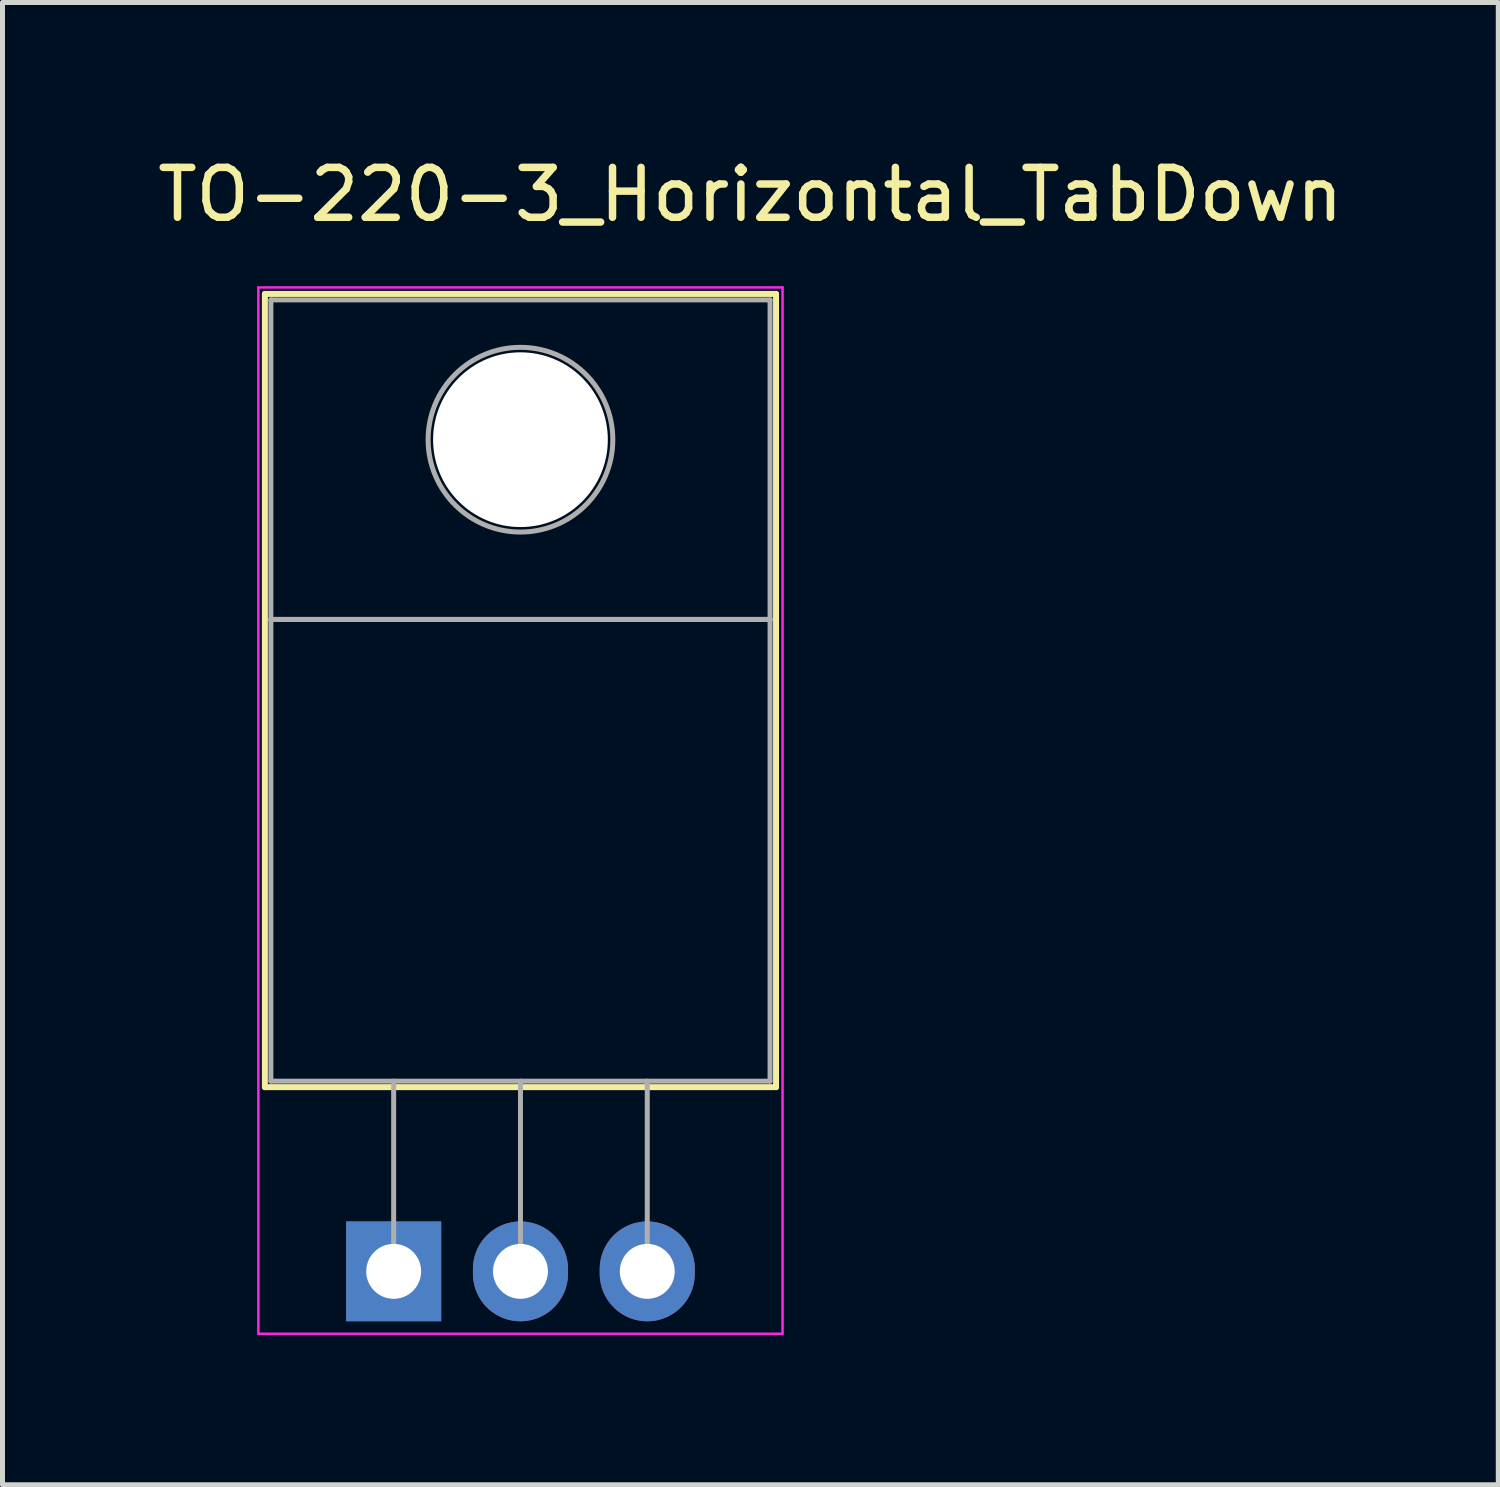
<source format=kicad_pcb>
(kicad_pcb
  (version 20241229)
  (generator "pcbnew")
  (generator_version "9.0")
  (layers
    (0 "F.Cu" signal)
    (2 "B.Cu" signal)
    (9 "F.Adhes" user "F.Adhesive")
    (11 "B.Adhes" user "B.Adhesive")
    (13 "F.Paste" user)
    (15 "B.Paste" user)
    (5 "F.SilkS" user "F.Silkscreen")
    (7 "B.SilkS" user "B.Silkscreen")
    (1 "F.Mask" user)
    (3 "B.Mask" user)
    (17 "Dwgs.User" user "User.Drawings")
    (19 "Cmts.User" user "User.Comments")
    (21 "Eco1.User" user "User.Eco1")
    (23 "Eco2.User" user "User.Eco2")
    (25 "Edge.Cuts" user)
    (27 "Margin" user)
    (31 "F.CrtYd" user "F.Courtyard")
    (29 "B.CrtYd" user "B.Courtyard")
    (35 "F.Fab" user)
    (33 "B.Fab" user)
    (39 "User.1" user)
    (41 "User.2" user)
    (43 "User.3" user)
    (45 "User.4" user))
  (footprint "TO-220-3_Horizontal_TabDown"
    (layer "F.Cu")
    (at 4.836 22.418)
    (property "Reference" "TO-220-3_Horizontal_TabDown" (at 7.146 -21.57 0) (layer "F.SilkS") (effects (font (size 1 1) (thickness 0.15))))
    (attr through_hole)
    (fp_line (start -2.58 -19.58) (end -2.58 -3.69) (stroke (width 0.12) (type solid)) (layer "F.SilkS"))
    (fp_line (start -2.58 -19.58) (end 7.66 -19.58) (stroke (width 0.12) (type solid)) (layer "F.SilkS"))
    (fp_line (start -2.58 -3.69) (end 7.66 -3.69) (stroke (width 0.12) (type solid)) (layer "F.SilkS"))
    (fp_line (start 7.66 -19.58) (end 7.66 -3.69) (stroke (width 0.12) (type solid)) (layer "F.SilkS"))
    (fp_line (start -2.71 -19.71) (end -2.71 1.25) (stroke (width 0.05) (type solid)) (layer "F.CrtYd"))
    (fp_line (start -2.71 1.25) (end 7.79 1.25) (stroke (width 0.05) (type solid)) (layer "F.CrtYd"))
    (fp_line (start 7.79 -19.71) (end -2.71 -19.71) (stroke (width 0.05) (type solid)) (layer "F.CrtYd"))
    (fp_line (start 7.79 1.25) (end 7.79 -19.71) (stroke (width 0.05) (type solid)) (layer "F.CrtYd"))
    (fp_line (start -2.46 -19.46) (end 7.54 -19.46) (stroke (width 0.1) (type solid)) (layer "F.Fab"))
    (fp_line (start -2.46 -13.06) (end -2.46 -19.46) (stroke (width 0.1) (type solid)) (layer "F.Fab"))
    (fp_line (start -2.46 -13.06) (end 7.54 -13.06) (stroke (width 0.1) (type solid)) (layer "F.Fab"))
    (fp_line (start -2.46 -3.81) (end -2.46 -13.06) (stroke (width 0.1) (type solid)) (layer "F.Fab"))
    (fp_line (start 0 -3.81) (end 0 0) (stroke (width 0.1) (type solid)) (layer "F.Fab"))
    (fp_line (start 2.54 -3.81) (end 2.54 0) (stroke (width 0.1) (type solid)) (layer "F.Fab"))
    (fp_line (start 5.08 -3.81) (end 5.08 0) (stroke (width 0.1) (type solid)) (layer "F.Fab"))
    (fp_line (start 7.54 -19.46) (end 7.54 -13.06) (stroke (width 0.1) (type solid)) (layer "F.Fab"))
    (fp_line (start 7.54 -13.06) (end -2.46 -13.06) (stroke (width 0.1) (type solid)) (layer "F.Fab"))
    (fp_line (start 7.54 -13.06) (end 7.54 -3.81) (stroke (width 0.1) (type solid)) (layer "F.Fab"))
    (fp_line (start 7.54 -3.81) (end -2.46 -3.81) (stroke (width 0.1) (type solid)) (layer "F.Fab"))
    (fp_circle (center 2.54 -16.66) (end 4.39 -16.66) (stroke (width 0.1) (type solid)) (fill no) (layer "F.Fab"))
    (pad "" np_thru_hole oval (at 2.54 -16.66) (size 3.5 3.5) (drill 3.5) (layers "*.Cu" "*.Mask"))
    (pad "1" thru_hole rect (at 0 0) (size 1.905 2) (drill 1.1) (layers "*.Cu" "*.Mask"))
    (pad "2" thru_hole oval (at 2.54 0) (size 1.905 2) (drill 1.1) (layers "*.Cu" "*.Mask"))
    (pad "3" thru_hole oval (at 5.08 0) (size 1.905 2) (drill 1.1) (layers "*.Cu" "*.Mask")))
  (gr_rect
    (start -3 -3)
    (end 26.964 26.693)
    (stroke (width 0.1) (type default))
    (fill no)
    (layer "Edge.Cuts")))
</source>
